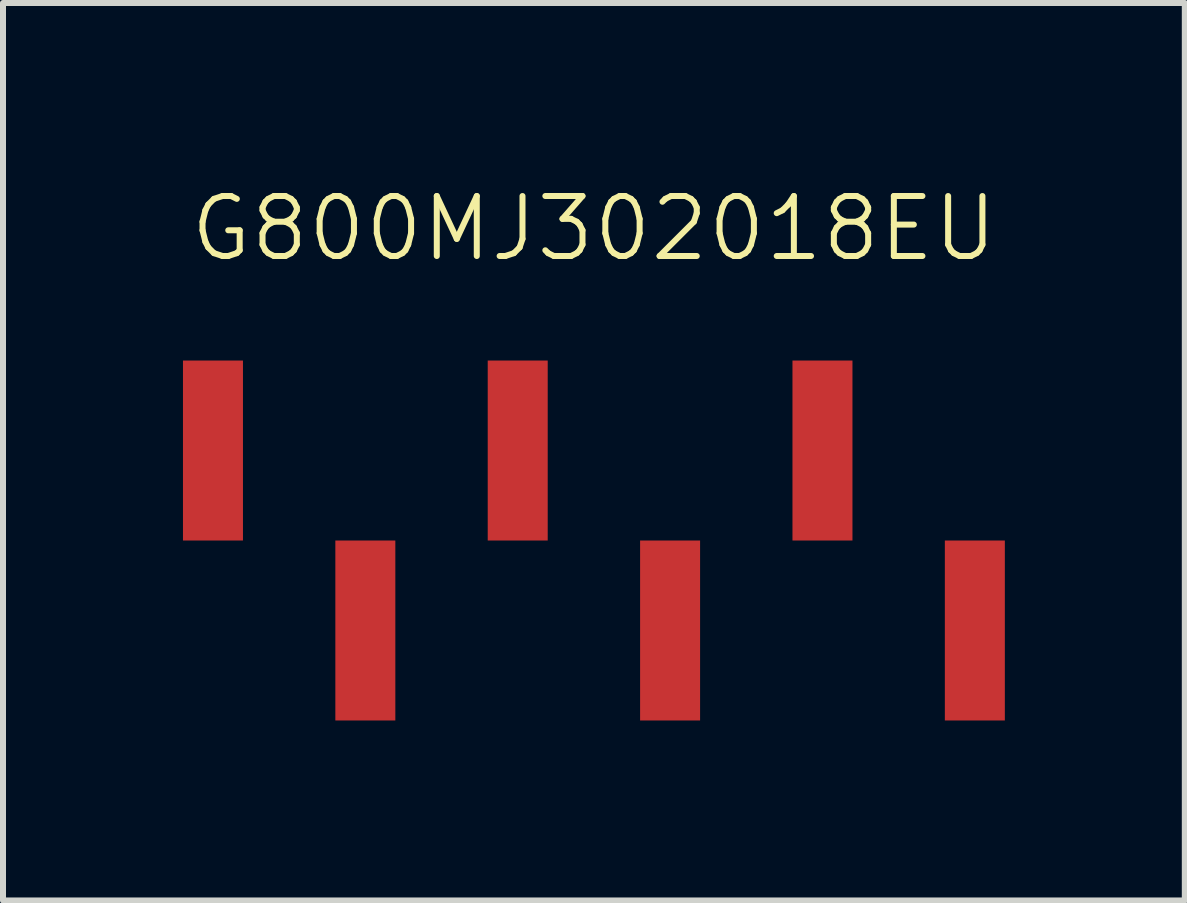
<source format=kicad_pcb>
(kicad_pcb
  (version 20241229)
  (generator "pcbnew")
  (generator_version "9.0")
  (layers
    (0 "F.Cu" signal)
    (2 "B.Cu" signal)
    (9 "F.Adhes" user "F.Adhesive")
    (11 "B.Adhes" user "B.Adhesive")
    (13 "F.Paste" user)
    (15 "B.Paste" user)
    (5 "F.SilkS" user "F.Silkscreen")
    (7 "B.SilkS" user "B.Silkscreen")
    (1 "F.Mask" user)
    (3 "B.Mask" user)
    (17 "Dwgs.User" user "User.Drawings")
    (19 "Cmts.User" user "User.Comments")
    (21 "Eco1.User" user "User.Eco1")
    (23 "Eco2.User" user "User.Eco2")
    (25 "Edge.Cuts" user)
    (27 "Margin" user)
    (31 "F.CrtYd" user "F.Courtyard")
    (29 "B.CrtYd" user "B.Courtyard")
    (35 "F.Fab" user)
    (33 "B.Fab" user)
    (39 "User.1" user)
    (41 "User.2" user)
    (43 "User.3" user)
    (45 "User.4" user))
  (footprint "G800MJ302018EU"
    (layer "F.Cu")
    (at 6.85 5.96)
    (property "Reference" "G800MJ302018EU" (at 0 -5.2 0) (unlocked yes) (layer "F.SilkS") (effects (font (size 1 1) (thickness 0.1))))
    (attr smd)
    (pad "1" smd rect (at -6.35 -1.5 90) (size 3 1) (layers "F.Cu" "F.Mask" "F.Paste"))
    (pad "2" smd rect (at -3.81 1.5 90) (size 3 1) (layers "F.Cu" "F.Mask" "F.Paste"))
    (pad "3" smd rect (at -1.27 -1.5 90) (size 3 1) (layers "F.Cu" "F.Mask" "F.Paste"))
    (pad "4" smd rect (at 1.27 1.5 90) (size 3 1) (layers "F.Cu" "F.Mask" "F.Paste"))
    (pad "5" smd rect (at 3.81 -1.5 90) (size 3 1) (layers "F.Cu" "F.Mask" "F.Paste"))
    (pad "6" smd rect (at 6.35 1.5 90) (size 3 1) (layers "F.Cu" "F.Mask" "F.Paste")))
  (gr_rect
    (start -3 -3)
    (end 16.7 11.96)
    (stroke (width 0.1) (type default))
    (fill no)
    (layer "Edge.Cuts")))
</source>
